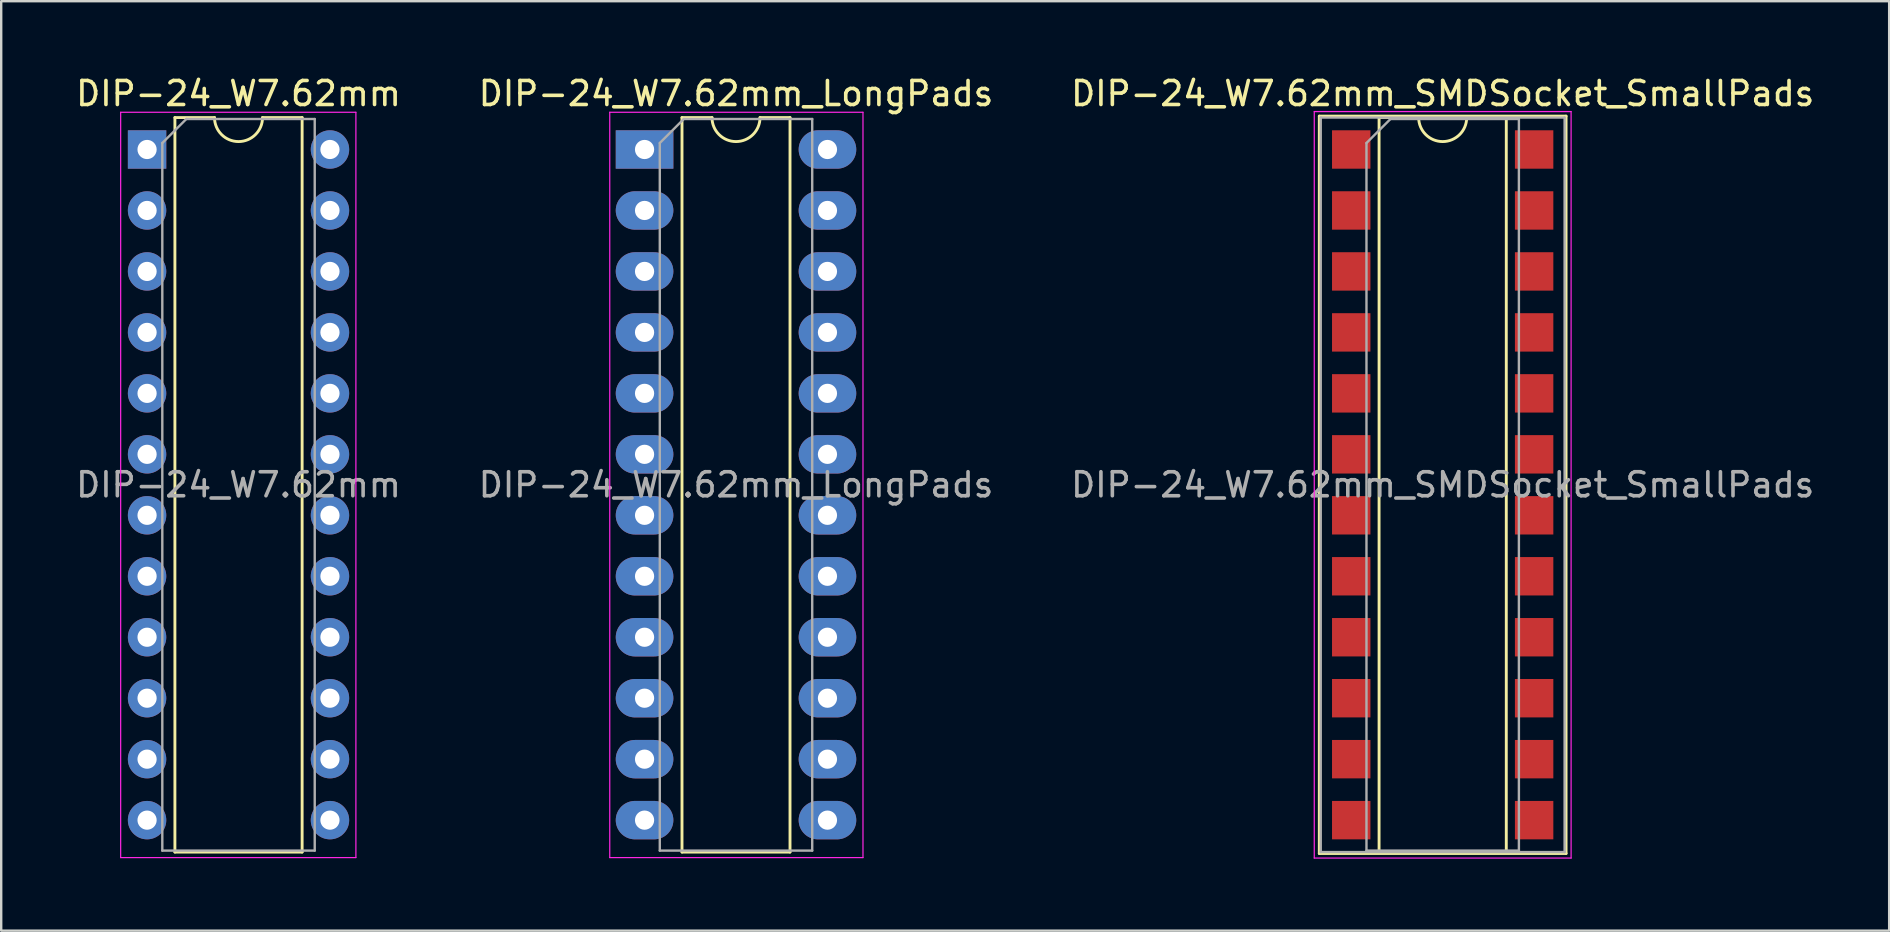
<source format=kicad_pcb>
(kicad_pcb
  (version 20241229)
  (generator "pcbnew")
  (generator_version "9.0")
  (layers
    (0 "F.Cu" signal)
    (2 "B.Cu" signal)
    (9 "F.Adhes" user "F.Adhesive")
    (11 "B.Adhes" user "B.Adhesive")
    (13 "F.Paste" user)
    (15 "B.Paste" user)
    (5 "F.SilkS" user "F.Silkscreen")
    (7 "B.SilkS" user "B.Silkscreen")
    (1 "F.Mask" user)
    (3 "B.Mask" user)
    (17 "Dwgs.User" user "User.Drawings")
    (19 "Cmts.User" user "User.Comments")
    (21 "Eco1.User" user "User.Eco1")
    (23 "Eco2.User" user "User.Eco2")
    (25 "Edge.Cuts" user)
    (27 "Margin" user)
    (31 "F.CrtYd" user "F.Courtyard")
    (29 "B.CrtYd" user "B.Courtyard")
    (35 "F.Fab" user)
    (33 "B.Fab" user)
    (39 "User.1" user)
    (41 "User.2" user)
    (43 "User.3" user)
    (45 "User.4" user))
  (footprint "DIP-24_W7.62mm_LongPads"
    (layer "F.Cu")
    (at 23.803 3.178)
    (property "Reference" "DIP-24_W7.62mm_LongPads" (at 3.81 -2.33 0) (layer "F.SilkS") (effects (font (size 1 1) (thickness 0.15))))
    (attr through_hole)
    (fp_line (start 1.56 -1.33) (end 1.56 29.27) (stroke (width 0.12) (type solid)) (layer "F.SilkS"))
    (fp_line (start 1.56 29.27) (end 6.06 29.27) (stroke (width 0.12) (type solid)) (layer "F.SilkS"))
    (fp_line (start 2.81 -1.33) (end 1.56 -1.33) (stroke (width 0.12) (type solid)) (layer "F.SilkS"))
    (fp_line (start 6.06 -1.33) (end 4.81 -1.33) (stroke (width 0.12) (type solid)) (layer "F.SilkS"))
    (fp_line (start 6.06 29.27) (end 6.06 -1.33) (stroke (width 0.12) (type solid)) (layer "F.SilkS"))
    (fp_arc (start 4.81 -1.33) (mid 3.81 -0.33) (end 2.81 -1.33) (stroke (width 0.12) (type solid)) (layer "F.SilkS"))
    (fp_line (start -1.45 -1.55) (end -1.45 29.5) (stroke (width 0.05) (type solid)) (layer "F.CrtYd"))
    (fp_line (start -1.45 29.5) (end 9.1 29.5) (stroke (width 0.05) (type solid)) (layer "F.CrtYd"))
    (fp_line (start 9.1 -1.55) (end -1.45 -1.55) (stroke (width 0.05) (type solid)) (layer "F.CrtYd"))
    (fp_line (start 9.1 29.5) (end 9.1 -1.55) (stroke (width 0.05) (type solid)) (layer "F.CrtYd"))
    (fp_line (start 0.635 -0.27) (end 1.635 -1.27) (stroke (width 0.1) (type solid)) (layer "F.Fab"))
    (fp_line (start 0.635 29.21) (end 0.635 -0.27) (stroke (width 0.1) (type solid)) (layer "F.Fab"))
    (fp_line (start 1.635 -1.27) (end 6.985 -1.27) (stroke (width 0.1) (type solid)) (layer "F.Fab"))
    (fp_line (start 6.985 -1.27) (end 6.985 29.21) (stroke (width 0.1) (type solid)) (layer "F.Fab"))
    (fp_line (start 6.985 29.21) (end 0.635 29.21) (stroke (width 0.1) (type solid)) (layer "F.Fab"))
    (fp_text user "${REFERENCE}" (at 3.81 13.97 0) (layer "F.Fab") (effects (font (size 1 1) (thickness 0.15))))
    (pad "1" thru_hole rect (at 0 0) (size 2.4 1.6) (drill 0.8) (layers "*.Cu" "*.Mask"))
    (pad "2" thru_hole oval (at 0 2.54) (size 2.4 1.6) (drill 0.8) (layers "*.Cu" "*.Mask"))
    (pad "3" thru_hole oval (at 0 5.08) (size 2.4 1.6) (drill 0.8) (layers "*.Cu" "*.Mask"))
    (pad "4" thru_hole oval (at 0 7.62) (size 2.4 1.6) (drill 0.8) (layers "*.Cu" "*.Mask"))
    (pad "5" thru_hole oval (at 0 10.16) (size 2.4 1.6) (drill 0.8) (layers "*.Cu" "*.Mask"))
    (pad "6" thru_hole oval (at 0 12.7) (size 2.4 1.6) (drill 0.8) (layers "*.Cu" "*.Mask"))
    (pad "7" thru_hole oval (at 0 15.24) (size 2.4 1.6) (drill 0.8) (layers "*.Cu" "*.Mask"))
    (pad "8" thru_hole oval (at 0 17.78) (size 2.4 1.6) (drill 0.8) (layers "*.Cu" "*.Mask"))
    (pad "9" thru_hole oval (at 0 20.32) (size 2.4 1.6) (drill 0.8) (layers "*.Cu" "*.Mask"))
    (pad "10" thru_hole oval (at 0 22.86) (size 2.4 1.6) (drill 0.8) (layers "*.Cu" "*.Mask"))
    (pad "11" thru_hole oval (at 0 25.4) (size 2.4 1.6) (drill 0.8) (layers "*.Cu" "*.Mask"))
    (pad "12" thru_hole oval (at 0 27.94) (size 2.4 1.6) (drill 0.8) (layers "*.Cu" "*.Mask"))
    (pad "13" thru_hole oval (at 7.62 27.94) (size 2.4 1.6) (drill 0.8) (layers "*.Cu" "*.Mask"))
    (pad "14" thru_hole oval (at 7.62 25.4) (size 2.4 1.6) (drill 0.8) (layers "*.Cu" "*.Mask"))
    (pad "15" thru_hole oval (at 7.62 22.86) (size 2.4 1.6) (drill 0.8) (layers "*.Cu" "*.Mask"))
    (pad "16" thru_hole oval (at 7.62 20.32) (size 2.4 1.6) (drill 0.8) (layers "*.Cu" "*.Mask"))
    (pad "17" thru_hole oval (at 7.62 17.78) (size 2.4 1.6) (drill 0.8) (layers "*.Cu" "*.Mask"))
    (pad "18" thru_hole oval (at 7.62 15.24) (size 2.4 1.6) (drill 0.8) (layers "*.Cu" "*.Mask"))
    (pad "19" thru_hole oval (at 7.62 12.7) (size 2.4 1.6) (drill 0.8) (layers "*.Cu" "*.Mask"))
    (pad "20" thru_hole oval (at 7.62 10.16) (size 2.4 1.6) (drill 0.8) (layers "*.Cu" "*.Mask"))
    (pad "21" thru_hole oval (at 7.62 7.62) (size 2.4 1.6) (drill 0.8) (layers "*.Cu" "*.Mask"))
    (pad "22" thru_hole oval (at 7.62 5.08) (size 2.4 1.6) (drill 0.8) (layers "*.Cu" "*.Mask"))
    (pad "23" thru_hole oval (at 7.62 2.54) (size 2.4 1.6) (drill 0.8) (layers "*.Cu" "*.Mask"))
    (pad "24" thru_hole oval (at 7.62 0) (size 2.4 1.6) (drill 0.8) (layers "*.Cu" "*.Mask")))
  (footprint "DIP-24_W7.62mm_SMDSocket_SmallPads"
    (layer "F.Cu")
    (at 57.054 17.148)
    (property "Reference" "DIP-24_W7.62mm_SMDSocket_SmallPads" (at 0 -16.3 0) (layer "F.SilkS") (effects (font (size 1 1) (thickness 0.15))))
    (attr smd)
    (fp_line (start -5.14 -15.36) (end -5.14 15.36) (stroke (width 0.12) (type solid)) (layer "F.SilkS"))
    (fp_line (start -5.14 15.36) (end 5.14 15.36) (stroke (width 0.12) (type solid)) (layer "F.SilkS"))
    (fp_line (start -2.65 -15.3) (end -2.65 15.3) (stroke (width 0.12) (type solid)) (layer "F.SilkS"))
    (fp_line (start -2.65 15.3) (end 2.65 15.3) (stroke (width 0.12) (type solid)) (layer "F.SilkS"))
    (fp_line (start -1 -15.3) (end -2.65 -15.3) (stroke (width 0.12) (type solid)) (layer "F.SilkS"))
    (fp_line (start 2.65 -15.3) (end 1 -15.3) (stroke (width 0.12) (type solid)) (layer "F.SilkS"))
    (fp_line (start 2.65 15.3) (end 2.65 -15.3) (stroke (width 0.12) (type solid)) (layer "F.SilkS"))
    (fp_line (start 5.14 -15.36) (end -5.14 -15.36) (stroke (width 0.12) (type solid)) (layer "F.SilkS"))
    (fp_line (start 5.14 15.36) (end 5.14 -15.36) (stroke (width 0.12) (type solid)) (layer "F.SilkS"))
    (fp_arc (start 1 -15.3) (mid 0 -14.3) (end -1 -15.3) (stroke (width 0.12) (type solid)) (layer "F.SilkS"))
    (fp_line (start -5.35 -15.55) (end -5.35 15.55) (stroke (width 0.05) (type solid)) (layer "F.CrtYd"))
    (fp_line (start -5.35 15.55) (end 5.35 15.55) (stroke (width 0.05) (type solid)) (layer "F.CrtYd"))
    (fp_line (start 5.35 -15.55) (end -5.35 -15.55) (stroke (width 0.05) (type solid)) (layer "F.CrtYd"))
    (fp_line (start 5.35 15.55) (end 5.35 -15.55) (stroke (width 0.05) (type solid)) (layer "F.CrtYd"))
    (fp_line (start -5.08 -15.3) (end -5.08 15.3) (stroke (width 0.1) (type solid)) (layer "F.Fab"))
    (fp_line (start -5.08 15.3) (end 5.08 15.3) (stroke (width 0.1) (type solid)) (layer "F.Fab"))
    (fp_line (start -3.175 -14.24) (end -2.175 -15.24) (stroke (width 0.1) (type solid)) (layer "F.Fab"))
    (fp_line (start -3.175 15.24) (end -3.175 -14.24) (stroke (width 0.1) (type solid)) (layer "F.Fab"))
    (fp_line (start -2.175 -15.24) (end 3.175 -15.24) (stroke (width 0.1) (type solid)) (layer "F.Fab"))
    (fp_line (start 3.175 -15.24) (end 3.175 15.24) (stroke (width 0.1) (type solid)) (layer "F.Fab"))
    (fp_line (start 3.175 15.24) (end -3.175 15.24) (stroke (width 0.1) (type solid)) (layer "F.Fab"))
    (fp_line (start 5.08 -15.3) (end -5.08 -15.3) (stroke (width 0.1) (type solid)) (layer "F.Fab"))
    (fp_line (start 5.08 15.3) (end 5.08 -15.3) (stroke (width 0.1) (type solid)) (layer "F.Fab"))
    (fp_text user "${REFERENCE}" (at 0 0 0) (layer "F.Fab") (effects (font (size 1 1) (thickness 0.15))))
    (pad "1" smd rect (at -3.81 -13.97) (size 1.6 1.6) (layers "F.Cu" "F.Mask" "F.Paste"))
    (pad "2" smd rect (at -3.81 -11.43) (size 1.6 1.6) (layers "F.Cu" "F.Mask" "F.Paste"))
    (pad "3" smd rect (at -3.81 -8.89) (size 1.6 1.6) (layers "F.Cu" "F.Mask" "F.Paste"))
    (pad "4" smd rect (at -3.81 -6.35) (size 1.6 1.6) (layers "F.Cu" "F.Mask" "F.Paste"))
    (pad "5" smd rect (at -3.81 -3.81) (size 1.6 1.6) (layers "F.Cu" "F.Mask" "F.Paste"))
    (pad "6" smd rect (at -3.81 -1.27) (size 1.6 1.6) (layers "F.Cu" "F.Mask" "F.Paste"))
    (pad "7" smd rect (at -3.81 1.27) (size 1.6 1.6) (layers "F.Cu" "F.Mask" "F.Paste"))
    (pad "8" smd rect (at -3.81 3.81) (size 1.6 1.6) (layers "F.Cu" "F.Mask" "F.Paste"))
    (pad "9" smd rect (at -3.81 6.35) (size 1.6 1.6) (layers "F.Cu" "F.Mask" "F.Paste"))
    (pad "10" smd rect (at -3.81 8.89) (size 1.6 1.6) (layers "F.Cu" "F.Mask" "F.Paste"))
    (pad "11" smd rect (at -3.81 11.43) (size 1.6 1.6) (layers "F.Cu" "F.Mask" "F.Paste"))
    (pad "12" smd rect (at -3.81 13.97) (size 1.6 1.6) (layers "F.Cu" "F.Mask" "F.Paste"))
    (pad "13" smd rect (at 3.81 13.97) (size 1.6 1.6) (layers "F.Cu" "F.Mask" "F.Paste"))
    (pad "14" smd rect (at 3.81 11.43) (size 1.6 1.6) (layers "F.Cu" "F.Mask" "F.Paste"))
    (pad "15" smd rect (at 3.81 8.89) (size 1.6 1.6) (layers "F.Cu" "F.Mask" "F.Paste"))
    (pad "16" smd rect (at 3.81 6.35) (size 1.6 1.6) (layers "F.Cu" "F.Mask" "F.Paste"))
    (pad "17" smd rect (at 3.81 3.81) (size 1.6 1.6) (layers "F.Cu" "F.Mask" "F.Paste"))
    (pad "18" smd rect (at 3.81 1.27) (size 1.6 1.6) (layers "F.Cu" "F.Mask" "F.Paste"))
    (pad "19" smd rect (at 3.81 -1.27) (size 1.6 1.6) (layers "F.Cu" "F.Mask" "F.Paste"))
    (pad "20" smd rect (at 3.81 -3.81) (size 1.6 1.6) (layers "F.Cu" "F.Mask" "F.Paste"))
    (pad "21" smd rect (at 3.81 -6.35) (size 1.6 1.6) (layers "F.Cu" "F.Mask" "F.Paste"))
    (pad "22" smd rect (at 3.81 -8.89) (size 1.6 1.6) (layers "F.Cu" "F.Mask" "F.Paste"))
    (pad "23" smd rect (at 3.81 -11.43) (size 1.6 1.6) (layers "F.Cu" "F.Mask" "F.Paste"))
    (pad "24" smd rect (at 3.81 -13.97) (size 1.6 1.6) (layers "F.Cu" "F.Mask" "F.Paste")))
  (footprint "DIP-24_W7.62mm"
    (layer "F.Cu")
    (at 3.077 3.178)
    (property "Reference" "DIP-24_W7.62mm" (at 3.81 -2.33 0) (layer "F.SilkS") (effects (font (size 1 1) (thickness 0.15))))
    (attr through_hole)
    (fp_line (start 1.16 -1.33) (end 1.16 29.27) (stroke (width 0.12) (type solid)) (layer "F.SilkS"))
    (fp_line (start 1.16 29.27) (end 6.46 29.27) (stroke (width 0.12) (type solid)) (layer "F.SilkS"))
    (fp_line (start 2.81 -1.33) (end 1.16 -1.33) (stroke (width 0.12) (type solid)) (layer "F.SilkS"))
    (fp_line (start 6.46 -1.33) (end 4.81 -1.33) (stroke (width 0.12) (type solid)) (layer "F.SilkS"))
    (fp_line (start 6.46 29.27) (end 6.46 -1.33) (stroke (width 0.12) (type solid)) (layer "F.SilkS"))
    (fp_arc (start 4.81 -1.33) (mid 3.81 -0.33) (end 2.81 -1.33) (stroke (width 0.12) (type solid)) (layer "F.SilkS"))
    (fp_line (start -1.1 -1.55) (end -1.1 29.5) (stroke (width 0.05) (type solid)) (layer "F.CrtYd"))
    (fp_line (start -1.1 29.5) (end 8.7 29.5) (stroke (width 0.05) (type solid)) (layer "F.CrtYd"))
    (fp_line (start 8.7 -1.55) (end -1.1 -1.55) (stroke (width 0.05) (type solid)) (layer "F.CrtYd"))
    (fp_line (start 8.7 29.5) (end 8.7 -1.55) (stroke (width 0.05) (type solid)) (layer "F.CrtYd"))
    (fp_line (start 0.635 -0.27) (end 1.635 -1.27) (stroke (width 0.1) (type solid)) (layer "F.Fab"))
    (fp_line (start 0.635 29.21) (end 0.635 -0.27) (stroke (width 0.1) (type solid)) (layer "F.Fab"))
    (fp_line (start 1.635 -1.27) (end 6.985 -1.27) (stroke (width 0.1) (type solid)) (layer "F.Fab"))
    (fp_line (start 6.985 -1.27) (end 6.985 29.21) (stroke (width 0.1) (type solid)) (layer "F.Fab"))
    (fp_line (start 6.985 29.21) (end 0.635 29.21) (stroke (width 0.1) (type solid)) (layer "F.Fab"))
    (fp_text user "${REFERENCE}" (at 3.81 13.97 0) (layer "F.Fab") (effects (font (size 1 1) (thickness 0.15))))
    (pad "1" thru_hole rect (at 0 0) (size 1.6 1.6) (drill 0.8) (layers "*.Cu" "*.Mask"))
    (pad "2" thru_hole oval (at 0 2.54) (size 1.6 1.6) (drill 0.8) (layers "*.Cu" "*.Mask"))
    (pad "3" thru_hole oval (at 0 5.08) (size 1.6 1.6) (drill 0.8) (layers "*.Cu" "*.Mask"))
    (pad "4" thru_hole oval (at 0 7.62) (size 1.6 1.6) (drill 0.8) (layers "*.Cu" "*.Mask"))
    (pad "5" thru_hole oval (at 0 10.16) (size 1.6 1.6) (drill 0.8) (layers "*.Cu" "*.Mask"))
    (pad "6" thru_hole oval (at 0 12.7) (size 1.6 1.6) (drill 0.8) (layers "*.Cu" "*.Mask"))
    (pad "7" thru_hole oval (at 0 15.24) (size 1.6 1.6) (drill 0.8) (layers "*.Cu" "*.Mask"))
    (pad "8" thru_hole oval (at 0 17.78) (size 1.6 1.6) (drill 0.8) (layers "*.Cu" "*.Mask"))
    (pad "9" thru_hole oval (at 0 20.32) (size 1.6 1.6) (drill 0.8) (layers "*.Cu" "*.Mask"))
    (pad "10" thru_hole oval (at 0 22.86) (size 1.6 1.6) (drill 0.8) (layers "*.Cu" "*.Mask"))
    (pad "11" thru_hole oval (at 0 25.4) (size 1.6 1.6) (drill 0.8) (layers "*.Cu" "*.Mask"))
    (pad "12" thru_hole oval (at 0 27.94) (size 1.6 1.6) (drill 0.8) (layers "*.Cu" "*.Mask"))
    (pad "13" thru_hole oval (at 7.62 27.94) (size 1.6 1.6) (drill 0.8) (layers "*.Cu" "*.Mask"))
    (pad "14" thru_hole oval (at 7.62 25.4) (size 1.6 1.6) (drill 0.8) (layers "*.Cu" "*.Mask"))
    (pad "15" thru_hole oval (at 7.62 22.86) (size 1.6 1.6) (drill 0.8) (layers "*.Cu" "*.Mask"))
    (pad "16" thru_hole oval (at 7.62 20.32) (size 1.6 1.6) (drill 0.8) (layers "*.Cu" "*.Mask"))
    (pad "17" thru_hole oval (at 7.62 17.78) (size 1.6 1.6) (drill 0.8) (layers "*.Cu" "*.Mask"))
    (pad "18" thru_hole oval (at 7.62 15.24) (size 1.6 1.6) (drill 0.8) (layers "*.Cu" "*.Mask"))
    (pad "19" thru_hole oval (at 7.62 12.7) (size 1.6 1.6) (drill 0.8) (layers "*.Cu" "*.Mask"))
    (pad "20" thru_hole oval (at 7.62 10.16) (size 1.6 1.6) (drill 0.8) (layers "*.Cu" "*.Mask"))
    (pad "21" thru_hole oval (at 7.62 7.62) (size 1.6 1.6) (drill 0.8) (layers "*.Cu" "*.Mask"))
    (pad "22" thru_hole oval (at 7.62 5.08) (size 1.6 1.6) (drill 0.8) (layers "*.Cu" "*.Mask"))
    (pad "23" thru_hole oval (at 7.62 2.54) (size 1.6 1.6) (drill 0.8) (layers "*.Cu" "*.Mask"))
    (pad "24" thru_hole oval (at 7.62 0) (size 1.6 1.6) (drill 0.8) (layers "*.Cu" "*.Mask")))
  (gr_rect
    (start -3 -3)
    (end 75.655 35.723)
    (stroke (width 0.1) (type default))
    (fill no)
    (layer "Edge.Cuts")))
</source>
